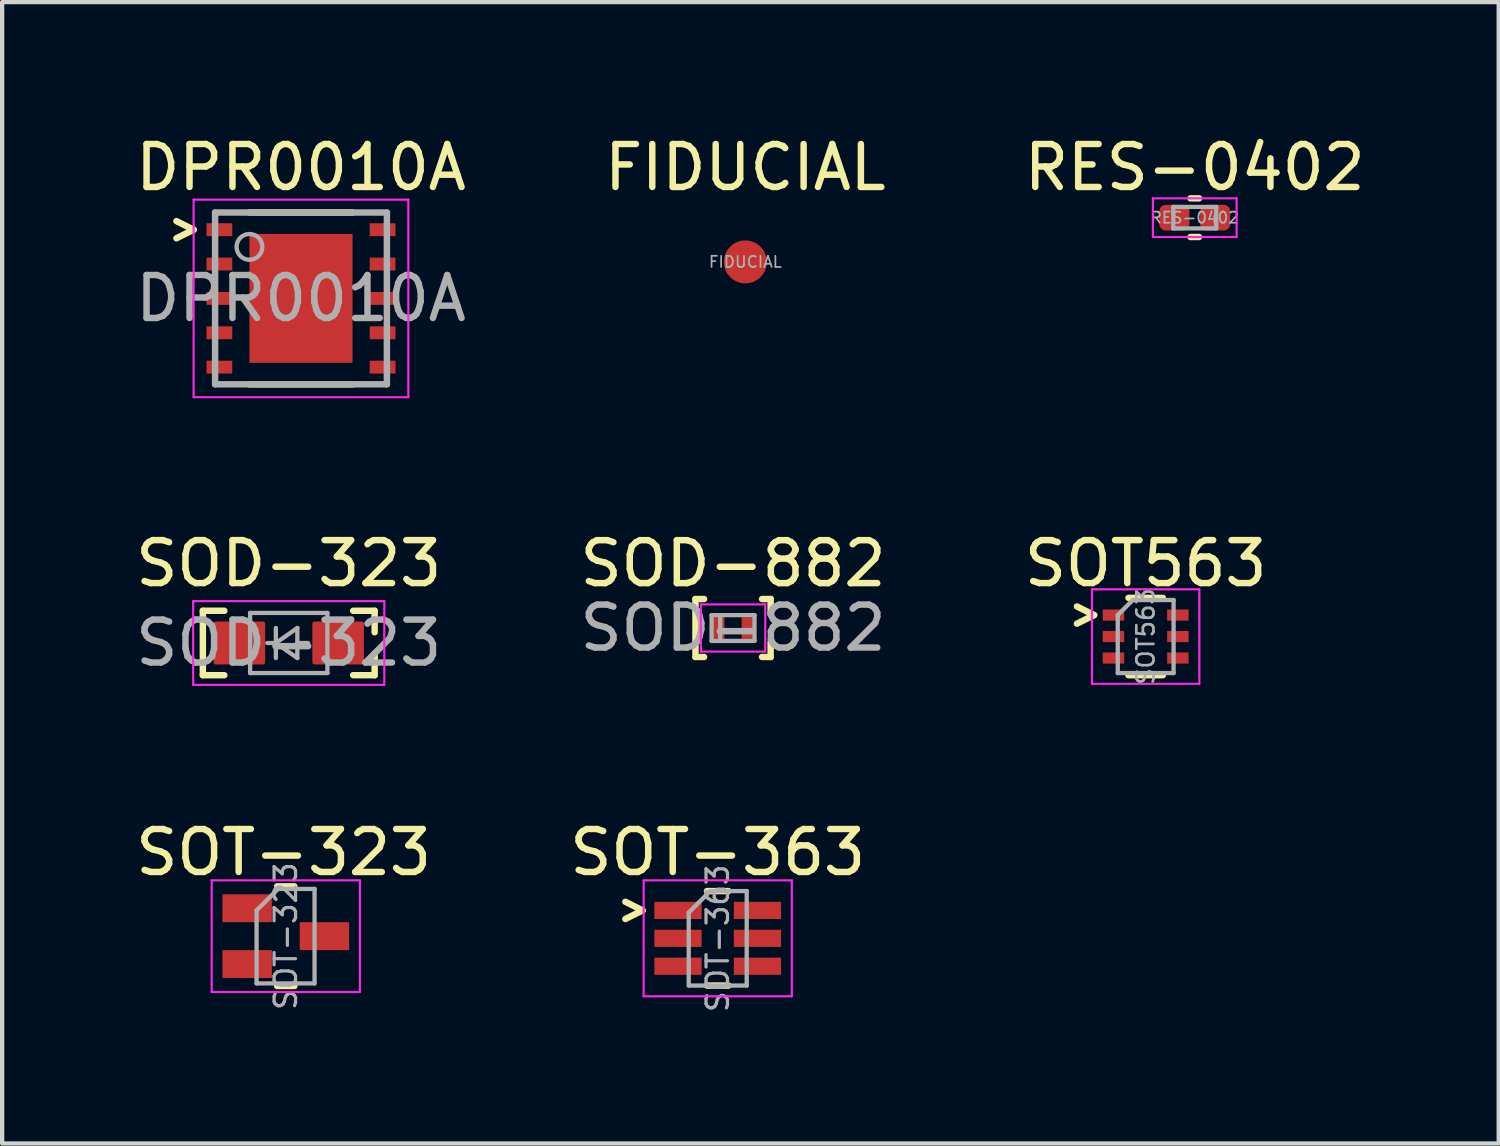
<source format=kicad_pcb>
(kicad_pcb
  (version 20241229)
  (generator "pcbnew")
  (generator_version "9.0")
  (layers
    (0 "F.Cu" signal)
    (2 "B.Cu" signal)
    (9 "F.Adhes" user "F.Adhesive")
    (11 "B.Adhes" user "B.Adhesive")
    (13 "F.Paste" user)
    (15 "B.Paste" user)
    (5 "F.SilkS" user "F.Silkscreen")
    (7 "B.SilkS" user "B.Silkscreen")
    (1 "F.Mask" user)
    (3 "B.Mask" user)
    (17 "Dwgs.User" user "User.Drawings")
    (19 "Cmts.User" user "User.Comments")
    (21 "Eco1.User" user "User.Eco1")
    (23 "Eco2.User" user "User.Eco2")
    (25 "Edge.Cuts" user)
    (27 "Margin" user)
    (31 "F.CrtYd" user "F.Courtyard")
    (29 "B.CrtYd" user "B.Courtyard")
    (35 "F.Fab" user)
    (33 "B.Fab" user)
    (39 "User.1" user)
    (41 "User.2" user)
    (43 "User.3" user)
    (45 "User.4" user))
  (footprint "SOT-323"
    (layer "F.Cu")
    (at 3.604 18.747)
    (property "Reference" "SOT-323" (at -0.05 -1.95 0) (layer "F.SilkS") (effects (font (size 1 1) (thickness 0.15))))
    (attr smd)
    (fp_line (start -0.2 1.16) (end 0.2 1.16) (stroke (width 0.15) (type solid)) (layer "F.SilkS"))
    (fp_line (start 0.2 -1.16) (end -0.2 -1.16) (stroke (width 0.15) (type solid)) (layer "F.SilkS"))
    (fp_line (start -1.725 -1.3) (end 1.725 -1.3) (stroke (width 0.05) (type solid)) (layer "F.CrtYd"))
    (fp_line (start -1.725 1.3) (end -1.725 -1.3) (stroke (width 0.05) (type solid)) (layer "F.CrtYd"))
    (fp_line (start 1.725 -1.3) (end 1.725 1.3) (stroke (width 0.05) (type solid)) (layer "F.CrtYd"))
    (fp_line (start 1.725 1.3) (end -1.725 1.3) (stroke (width 0.05) (type solid)) (layer "F.CrtYd"))
    (fp_line (start -0.68 -0.6) (end -0.68 1.1) (stroke (width 0.1) (type solid)) (layer "F.Fab"))
    (fp_line (start -0.18 -1.1) (end -0.68 -0.6) (stroke (width 0.1) (type solid)) (layer "F.Fab"))
    (fp_line (start 0.67 -1.1) (end -0.18 -1.1) (stroke (width 0.1) (type solid)) (layer "F.Fab"))
    (fp_line (start 0.67 -1.1) (end 0.67 1.1) (stroke (width 0.1) (type solid)) (layer "F.Fab"))
    (fp_line (start 0.67 1.1) (end -0.68 1.1) (stroke (width 0.1) (type solid)) (layer "F.Fab"))
    (fp_text user "${REFERENCE}" (at 0 0 90) (layer "F.Fab") (effects (font (size 0.5 0.5) (thickness 0.075))))
    (pad "1" smd rect (at -0.9 -0.65 90) (size 0.65 1.15) (layers "F.Cu" "F.Mask" "F.Paste"))
    (pad "2" smd rect (at -0.9 0.65 90) (size 0.65 1.15) (layers "F.Cu" "F.Mask" "F.Paste"))
    (pad "3" smd rect (at 0.9 0 90) (size 0.65 1.15) (layers "F.Cu" "F.Mask" "F.Paste")))
  (footprint "SOT-363"
    (layer "F.Cu")
    (at 13.661 18.797)
    (property "Reference" "SOT-363" (at 0 -2 0) (layer "F.SilkS") (effects (font (size 1 1) (thickness 0.15))))
    (attr smd)
    (fp_line (start -2.15 -0.45) (end -1.75 -0.65) (stroke (width 0.15) (type default)) (layer "F.SilkS"))
    (fp_line (start -1.75 -0.65) (end -2.15 -0.85) (stroke (width 0.15) (type default)) (layer "F.SilkS"))
    (fp_line (start -0.25 -1.1) (end 0.25 -1.1) (stroke (width 0.15) (type solid)) (layer "F.SilkS"))
    (fp_line (start -0.25 1.1) (end 0.25 1.1) (stroke (width 0.15) (type solid)) (layer "F.SilkS"))
    (fp_line (start -1.725 -1.35) (end -1.725 1.35) (stroke (width 0.05) (type solid)) (layer "F.CrtYd"))
    (fp_line (start -1.725 -1.35) (end 1.725 -1.35) (stroke (width 0.05) (type solid)) (layer "F.CrtYd"))
    (fp_line (start -1.725 1.35) (end 1.725 1.35) (stroke (width 0.05) (type solid)) (layer "F.CrtYd"))
    (fp_line (start 1.725 1.35) (end 1.725 -1.35) (stroke (width 0.05) (type solid)) (layer "F.CrtYd"))
    (fp_line (start -0.675 -0.6) (end -0.675 1.1) (stroke (width 0.1) (type solid)) (layer "F.Fab"))
    (fp_line (start -0.175 -1.1) (end -0.675 -0.6) (stroke (width 0.1) (type solid)) (layer "F.Fab"))
    (fp_line (start 0.675 -1.1) (end -0.175 -1.1) (stroke (width 0.1) (type solid)) (layer "F.Fab"))
    (fp_line (start 0.675 -1.1) (end 0.675 1.1) (stroke (width 0.1) (type solid)) (layer "F.Fab"))
    (fp_line (start 0.675 1.1) (end -0.675 1.1) (stroke (width 0.1) (type solid)) (layer "F.Fab"))
    (fp_text user "${REFERENCE}" (at 0 0 90) (layer "F.Fab") (effects (font (size 0.5 0.5) (thickness 0.075))))
    (pad "1" smd rect (at -0.925 -0.65) (size 1.1 0.4) (layers "F.Cu" "F.Mask" "F.Paste"))
    (pad "2" smd rect (at -0.925 0) (size 1.1 0.4) (layers "F.Cu" "F.Mask" "F.Paste"))
    (pad "3" smd rect (at -0.925 0.65) (size 1.1 0.4) (layers "F.Cu" "F.Mask" "F.Paste"))
    (pad "4" smd rect (at 0.925 0.65) (size 1.1 0.4) (layers "F.Cu" "F.Mask" "F.Paste"))
    (pad "5" smd rect (at 0.925 0) (size 1.1 0.4) (layers "F.Cu" "F.Mask" "F.Paste"))
    (pad "6" smd rect (at 0.925 -0.65) (size 1.1 0.4) (layers "F.Cu" "F.Mask" "F.Paste")))
  (footprint "DPR0010A"
    (layer "F.Cu")
    (at 3.958 3.898)
    (property "Reference" "DPR0010A" (at 0 -3.05 0) (layer "F.SilkS") (effects (font (size 1 1) (thickness 0.15))))
    (attr smd)
    (fp_line (start -2.9 -1.4) (end -2.5 -1.6) (stroke (width 0.15) (type default)) (layer "F.SilkS"))
    (fp_line (start -2.5 -1.6) (end -2.9 -1.8) (stroke (width 0.15) (type default)) (layer "F.SilkS"))
    (fp_line (start -1.2 -2) (end 1.2 -2) (stroke (width 0.15) (type solid)) (layer "F.SilkS"))
    (fp_line (start -1.2 2) (end 1.2 2) (stroke (width 0.15) (type solid)) (layer "F.SilkS"))
    (fp_line (start -2.5 -2.3) (end -2.5 2.3) (stroke (width 0.05) (type solid)) (layer "F.CrtYd"))
    (fp_line (start -2.5 -2.3) (end 2.5 -2.3) (stroke (width 0.05) (type solid)) (layer "F.CrtYd"))
    (fp_line (start -2.5 2.3) (end 2.5 2.3) (stroke (width 0.05) (type solid)) (layer "F.CrtYd"))
    (fp_line (start 2.5 -2.3) (end 2.5 2.3) (stroke (width 0.05) (type solid)) (layer "F.CrtYd"))
    (fp_line (start -2 -2) (end 2 -2) (stroke (width 0.15) (type solid)) (layer "F.Fab"))
    (fp_line (start -2 2) (end -2 -2) (stroke (width 0.15) (type solid)) (layer "F.Fab"))
    (fp_line (start 2 -2) (end 2 2) (stroke (width 0.15) (type solid)) (layer "F.Fab"))
    (fp_line (start 2 2) (end -2 2) (stroke (width 0.15) (type solid)) (layer "F.Fab"))
    (fp_circle (center -1.2 -1.2) (end -0.9 -1.2) (stroke (width 0.1) (type default)) (fill no) (layer "F.Fab"))
    (fp_text user "${REFERENCE}" (at 0 0 0) (layer "F.Fab") (effects (font (size 1 1) (thickness 0.15))))
    (pad "" smd rect (at 0 -0.45) (size 1 0.7) (layers "F.Paste"))
    (pad "" smd rect (at 0 0.45) (size 1 0.7) (layers "F.Paste"))
    (pad "1" smd rect (at -1.9 -1.6) (size 0.6 0.3) (layers "F.Cu" "F.Mask" "F.Paste"))
    (pad "2" smd rect (at -1.9 -0.8) (size 0.6 0.3) (layers "F.Cu" "F.Mask" "F.Paste"))
    (pad "3" smd rect (at -1.9 0) (size 0.6 0.3) (layers "F.Cu" "F.Mask" "F.Paste"))
    (pad "4" smd rect (at -1.9 0.8) (size 0.6 0.3) (layers "F.Cu" "F.Mask" "F.Paste"))
    (pad "5" smd rect (at -1.9 1.6) (size 0.6 0.3) (layers "F.Cu" "F.Mask" "F.Paste"))
    (pad "6" smd rect (at 1.9 1.6) (size 0.6 0.3) (layers "F.Cu" "F.Mask" "F.Paste"))
    (pad "7" smd rect (at 1.9 0.8) (size 0.6 0.3) (layers "F.Cu" "F.Mask" "F.Paste"))
    (pad "8" smd rect (at 1.9 0) (size 0.6 0.3) (layers "F.Cu" "F.Mask" "F.Paste"))
    (pad "9" smd rect (at 1.9 -0.8) (size 0.6 0.3) (layers "F.Cu" "F.Mask" "F.Paste"))
    (pad "10" smd rect (at 1.9 -1.6) (size 0.6 0.3) (layers "F.Cu" "F.Mask" "F.Paste"))
    (pad "EP" smd rect (at 0 0) (size 2.4 3) (layers "F.Cu" "F.Mask")))
  (footprint "SOD-323"
    (layer "F.Cu")
    (at 3.673 11.921)
    (property "Reference" "SOD-323" (at 0 -1.85 0) (layer "F.SilkS") (effects (font (size 1 1) (thickness 0.15))))
    (attr smd)
    (fp_line (start -2 -0.75) (end -2 0.75) (stroke (width 0.15) (type solid)) (layer "F.SilkS"))
    (fp_line (start -2 -0.75) (end -1.5 -0.75) (stroke (width 0.15) (type solid)) (layer "F.SilkS"))
    (fp_line (start -1.5 0.75) (end -2 0.75) (stroke (width 0.15) (type solid)) (layer "F.SilkS"))
    (fp_line (start 1.5 -0.75) (end 2 -0.75) (stroke (width 0.15) (type solid)) (layer "F.SilkS"))
    (fp_line (start 2 -0.25) (end 2 -0.75) (stroke (width 0.15) (type solid)) (layer "F.SilkS"))
    (fp_line (start 2 0.25) (end 2 0.75) (stroke (width 0.15) (type solid)) (layer "F.SilkS"))
    (fp_line (start 2 0.75) (end 1.5 0.75) (stroke (width 0.15) (type solid)) (layer "F.SilkS"))
    (fp_line (start -2.225 -0.975) (end -2.225 0.975) (stroke (width 0.05) (type solid)) (layer "F.CrtYd"))
    (fp_line (start -2.225 -0.975) (end 2.225 -0.975) (stroke (width 0.05) (type solid)) (layer "F.CrtYd"))
    (fp_line (start -2.225 0.975) (end 2.225 0.975) (stroke (width 0.05) (type solid)) (layer "F.CrtYd"))
    (fp_line (start 2.225 -0.975) (end 2.225 0.975) (stroke (width 0.05) (type solid)) (layer "F.CrtYd"))
    (fp_line (start -0.9 -0.7) (end 0.9 -0.7) (stroke (width 0.1) (type solid)) (layer "F.Fab"))
    (fp_line (start -0.9 0.7) (end -0.9 -0.7) (stroke (width 0.1) (type solid)) (layer "F.Fab"))
    (fp_line (start -0.3 -0.35) (end -0.3 0.35) (stroke (width 0.1) (type solid)) (layer "F.Fab"))
    (fp_line (start -0.3 0) (end -0.5 0) (stroke (width 0.1) (type solid)) (layer "F.Fab"))
    (fp_line (start -0.3 0) (end 0.2 -0.35) (stroke (width 0.1) (type solid)) (layer "F.Fab"))
    (fp_line (start 0.2 -0.35) (end 0.2 0.35) (stroke (width 0.1) (type solid)) (layer "F.Fab"))
    (fp_line (start 0.2 0) (end 0.45 0) (stroke (width 0.1) (type solid)) (layer "F.Fab"))
    (fp_line (start 0.2 0.35) (end -0.3 0) (stroke (width 0.1) (type solid)) (layer "F.Fab"))
    (fp_line (start 0.9 -0.7) (end 0.9 0.7) (stroke (width 0.1) (type solid)) (layer "F.Fab"))
    (fp_line (start 0.9 0.7) (end -0.9 0.7) (stroke (width 0.1) (type solid)) (layer "F.Fab"))
    (fp_text user "${REFERENCE}" (at 0 0 0) (layer "F.Fab") (effects (font (size 1 1) (thickness 0.15))))
    (pad "A" smd roundrect (at 1.15 0) (size 1.2 1) (layers "F.Cu" "F.Mask" "F.Paste") (roundrect_rratio 0.05))
    (pad "K" smd roundrect (at -1.15 0) (size 1.2 1) (layers "F.Cu" "F.Mask" "F.Paste") (roundrect_rratio 0.05)))
  (footprint "RES-0402"
    (layer "F.Cu")
    (at 24.768 2.018)
    (property "Reference" "RES-0402" (at 0 -1.17 0) (layer "F.SilkS") (effects (font (size 1 1) (thickness 0.15))))
    (attr smd)
    (fp_line (start -0.1 -0.45) (end 0.1 -0.45) (stroke (width 0.15) (type solid)) (layer "F.SilkS"))
    (fp_line (start -0.1 0.45) (end 0.1 0.45) (stroke (width 0.15) (type solid)) (layer "F.SilkS"))
    (fp_line (start -0.975 -0.45) (end 0.975 -0.45) (stroke (width 0.05) (type solid)) (layer "F.CrtYd"))
    (fp_line (start -0.975 0.45) (end -0.975 -0.45) (stroke (width 0.05) (type solid)) (layer "F.CrtYd"))
    (fp_line (start 0.975 -0.45) (end 0.975 0.45) (stroke (width 0.05) (type solid)) (layer "F.CrtYd"))
    (fp_line (start 0.975 0.45) (end -0.975 0.45) (stroke (width 0.05) (type solid)) (layer "F.CrtYd"))
    (fp_line (start -0.5 -0.25) (end 0.5 -0.25) (stroke (width 0.1) (type solid)) (layer "F.Fab"))
    (fp_line (start -0.5 0.25) (end -0.5 -0.25) (stroke (width 0.1) (type solid)) (layer "F.Fab"))
    (fp_line (start 0.5 -0.25) (end 0.5 0.25) (stroke (width 0.1) (type solid)) (layer "F.Fab"))
    (fp_line (start 0.5 0.25) (end -0.5 0.25) (stroke (width 0.1) (type solid)) (layer "F.Fab"))
    (fp_text user "${REFERENCE}" (at 0 0 0) (layer "F.Fab") (effects (font (size 0.26 0.26) (thickness 0.04))))
    (pad "1" smd roundrect (at -0.475 0) (size 0.7 0.6) (layers "F.Cu" "F.Mask" "F.Paste") (roundrect_rratio 0.25))
    (pad "2" smd roundrect (at 0.475 0) (size 0.7 0.6) (layers "F.Cu" "F.Mask" "F.Paste") (roundrect_rratio 0.25)))
  (footprint "SOT563"
    (layer "F.Cu")
    (at 23.625 11.771)
    (property "Reference" "SOT563" (at 0 -1.7 0) (layer "F.SilkS") (effects (font (size 1 1) (thickness 0.15))))
    (attr smd)
    (fp_line (start -1.6 -0.3) (end -1.2 -0.5) (stroke (width 0.15) (type default)) (layer "F.SilkS"))
    (fp_line (start -1.2 -0.5) (end -1.6 -0.7) (stroke (width 0.15) (type default)) (layer "F.SilkS"))
    (fp_line (start -0.4 -0.9) (end 0.4 -0.9) (stroke (width 0.15) (type solid)) (layer "F.SilkS"))
    (fp_line (start 0.4 0.9) (end -0.4 0.9) (stroke (width 0.15) (type solid)) (layer "F.SilkS"))
    (fp_line (start -1.25 -1.1) (end -1.25 1.1) (stroke (width 0.05) (type solid)) (layer "F.CrtYd"))
    (fp_line (start -1.25 -1.1) (end 1.25 -1.1) (stroke (width 0.05) (type solid)) (layer "F.CrtYd"))
    (fp_line (start 1.25 1.1) (end -1.25 1.1) (stroke (width 0.05) (type solid)) (layer "F.CrtYd"))
    (fp_line (start 1.25 1.1) (end 1.25 -1.1) (stroke (width 0.05) (type solid)) (layer "F.CrtYd"))
    (fp_line (start -0.65 -0.5) (end -0.65 0.85) (stroke (width 0.1) (type solid)) (layer "F.Fab"))
    (fp_line (start -0.65 -0.5) (end -0.3 -0.85) (stroke (width 0.1) (type solid)) (layer "F.Fab"))
    (fp_line (start -0.65 0.85) (end 0.65 0.85) (stroke (width 0.1) (type solid)) (layer "F.Fab"))
    (fp_line (start 0.65 -0.85) (end -0.3 -0.85) (stroke (width 0.1) (type solid)) (layer "F.Fab"))
    (fp_line (start 0.65 0.85) (end 0.65 -0.85) (stroke (width 0.1) (type solid)) (layer "F.Fab"))
    (fp_text user "${REFERENCE}" (at 0 0 90) (layer "F.Fab") (effects (font (size 0.4 0.4) (thickness 0.062))))
    (pad "1" smd rect (at -0.75 -0.5) (size 0.5 0.26) (layers "F.Cu" "F.Mask" "F.Paste"))
    (pad "2" smd rect (at -0.75 0) (size 0.5 0.26) (layers "F.Cu" "F.Mask" "F.Paste"))
    (pad "3" smd rect (at -0.75 0.5) (size 0.5 0.26) (layers "F.Cu" "F.Mask" "F.Paste"))
    (pad "4" smd rect (at 0.75 0.5) (size 0.5 0.26) (layers "F.Cu" "F.Mask" "F.Paste"))
    (pad "5" smd rect (at 0.75 0) (size 0.5 0.26) (layers "F.Cu" "F.Mask" "F.Paste"))
    (pad "6" smd rect (at 0.75 -0.5) (size 0.5 0.26) (layers "F.Cu" "F.Mask" "F.Paste")))
  (footprint "FIDUCIAL"
    (layer "F.Cu")
    (at 14.304 3.048)
    (property "Reference" "FIDUCIAL" (at 0 -2.2 0) (layer "F.SilkS") (effects (font (size 1 1) (thickness 0.15))))
    (attr smd)
    (fp_rect (start -1.425 -1.425) (end 1.425 1.425) (stroke (width 0.1) (type solid)) (fill yes) (layer "F.Mask"))
    (fp_text user "${REFERENCE}" (at 0 0 0) (layer "F.Fab") (effects (font (size 0.26 0.26) (thickness 0.04))))
    (pad "" smd circle (at 0 0) (size 1 1) (property pad_prop_testpoint) (layers "F.Cu" "F.Mask")))
  (footprint "SOD-882"
    (layer "F.Cu")
    (at 14.018 11.572)
    (property "Reference" "SOD-882" (at 0 -1.5 0) (layer "F.SilkS") (effects (font (size 1 1) (thickness 0.15))))
    (attr smd)
    (fp_line (start -0.875 -0.675) (end -0.875 0.675) (stroke (width 0.15) (type solid)) (layer "F.SilkS"))
    (fp_line (start -0.875 -0.675) (end -0.675 -0.675) (stroke (width 0.15) (type solid)) (layer "F.SilkS"))
    (fp_line (start -0.875 0.675) (end -0.675 0.675) (stroke (width 0.15) (type solid)) (layer "F.SilkS"))
    (fp_line (start 0.875 -0.675) (end 0.675 -0.675) (stroke (width 0.15) (type solid)) (layer "F.SilkS"))
    (fp_line (start 0.875 -0.675) (end 0.875 -0.325) (stroke (width 0.15) (type solid)) (layer "F.SilkS"))
    (fp_line (start 0.875 0.675) (end 0.675 0.675) (stroke (width 0.15) (type solid)) (layer "F.SilkS"))
    (fp_line (start 0.875 0.675) (end 0.875 0.325) (stroke (width 0.15) (type solid)) (layer "F.SilkS"))
    (fp_line (start -0.75 -0.55) (end -0.75 0.55) (stroke (width 0.05) (type solid)) (layer "F.CrtYd"))
    (fp_line (start -0.75 -0.55) (end 0.75 -0.55) (stroke (width 0.05) (type solid)) (layer "F.CrtYd"))
    (fp_line (start 0.75 0.55) (end -0.75 0.55) (stroke (width 0.05) (type solid)) (layer "F.CrtYd"))
    (fp_line (start 0.75 0.55) (end 0.75 -0.55) (stroke (width 0.05) (type solid)) (layer "F.CrtYd"))
    (fp_line (start -0.5 -0.3) (end 0.5 -0.3) (stroke (width 0.1) (type solid)) (layer "F.Fab"))
    (fp_line (start -0.5 0.3) (end -0.5 -0.3) (stroke (width 0.1) (type solid)) (layer "F.Fab"))
    (fp_line (start -0.3 0.3) (end -0.3 -0.3) (stroke (width 0.1) (type solid)) (layer "F.Fab"))
    (fp_line (start 0.5 -0.3) (end 0.5 0.3) (stroke (width 0.1) (type solid)) (layer "F.Fab"))
    (fp_line (start 0.5 0.3) (end -0.5 0.3) (stroke (width 0.1) (type solid)) (layer "F.Fab"))
    (fp_text user "${REFERENCE}" (at 0 0 0) (layer "F.Fab") (effects (font (size 1 1) (thickness 0.15))))
    (pad "A" smd roundrect (at 0.35 0) (size 0.3 0.5) (layers "F.Cu" "F.Mask" "F.Paste") (roundrect_rratio 0.05))
    (pad "K" smd roundrect (at -0.35 0) (size 0.3 0.5) (layers "F.Cu" "F.Mask" "F.Paste") (roundrect_rratio 0.05)))
  (gr_rect
    (start -3 -3)
    (end 31.845 23.574)
    (stroke (width 0.1) (type default))
    (fill no)
    (layer "Edge.Cuts")))
</source>
